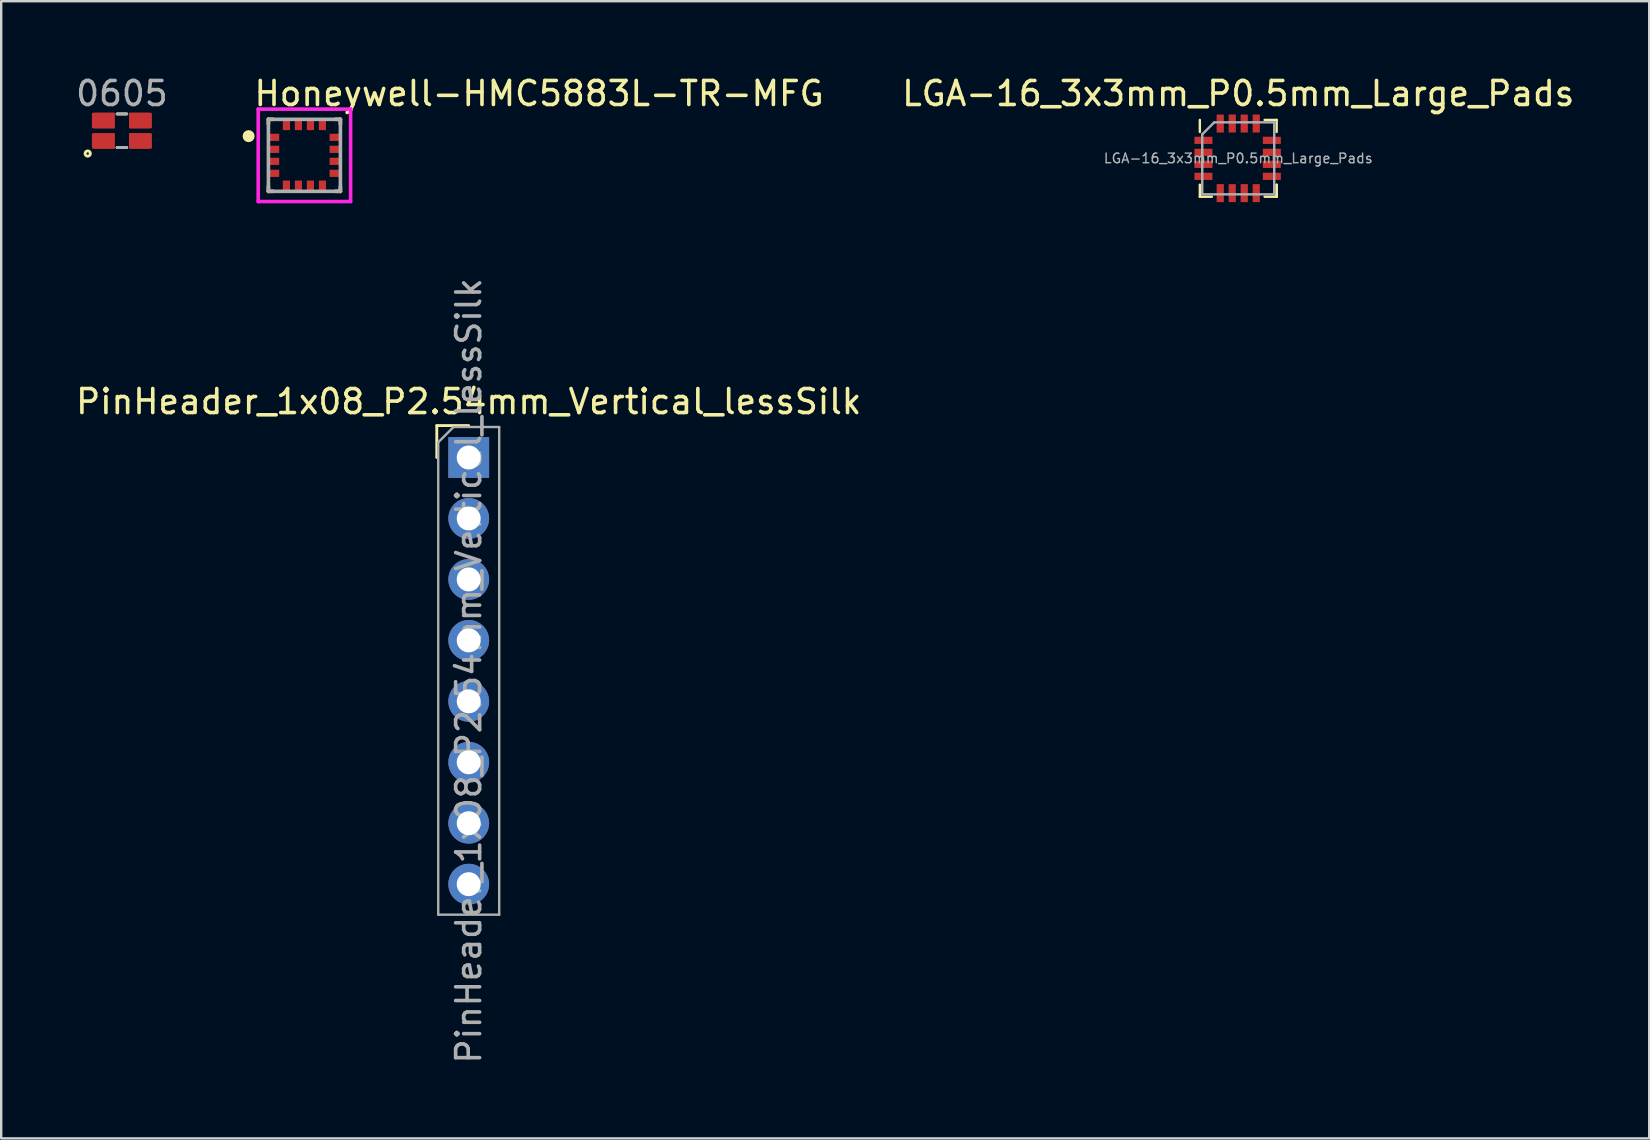
<source format=kicad_pcb>
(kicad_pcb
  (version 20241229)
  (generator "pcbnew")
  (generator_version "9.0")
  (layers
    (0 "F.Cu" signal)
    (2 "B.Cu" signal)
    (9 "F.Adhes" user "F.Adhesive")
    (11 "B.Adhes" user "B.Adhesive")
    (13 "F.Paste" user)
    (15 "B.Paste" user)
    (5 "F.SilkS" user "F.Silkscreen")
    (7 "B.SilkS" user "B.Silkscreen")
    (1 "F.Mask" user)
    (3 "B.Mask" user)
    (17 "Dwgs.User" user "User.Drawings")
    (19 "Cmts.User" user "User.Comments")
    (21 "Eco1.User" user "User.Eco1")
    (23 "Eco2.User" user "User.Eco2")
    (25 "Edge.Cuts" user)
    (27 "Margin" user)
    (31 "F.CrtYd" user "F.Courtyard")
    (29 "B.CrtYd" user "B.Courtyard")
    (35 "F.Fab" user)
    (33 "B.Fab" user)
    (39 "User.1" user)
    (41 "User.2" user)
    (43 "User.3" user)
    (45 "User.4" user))
  (footprint "LGA-16_3x3mm_P0.5mm_Large_Pads"
    (layer "F.Cu")
    (at 48.549 3.548)
    (property "Reference" "LGA-16_3x3mm_P0.5mm_Large_Pads" (at 0 -2.7 180) (layer "F.SilkS") (effects (font (size 1 1) (thickness 0.15))))
    (attr smd)
    (fp_line (start -1.6 -1.6) (end -1.6 -1.1) (stroke (width 0.1) (type solid)) (layer "F.SilkS"))
    (fp_line (start -1.6 1.6) (end -1.6 1.1) (stroke (width 0.1) (type solid)) (layer "F.SilkS"))
    (fp_line (start -1.6 1.6) (end -1.1 1.6) (stroke (width 0.1) (type solid)) (layer "F.SilkS"))
    (fp_line (start 1.1 -1.6) (end 1.6 -1.6) (stroke (width 0.1) (type solid)) (layer "F.SilkS"))
    (fp_line (start 1.6 -1.6) (end 1.6 -1.1) (stroke (width 0.1) (type solid)) (layer "F.SilkS"))
    (fp_line (start 1.6 1.1) (end 1.6 1.6) (stroke (width 0.1) (type solid)) (layer "F.SilkS"))
    (fp_line (start 1.6 1.6) (end 1.1 1.6) (stroke (width 0.1) (type solid)) (layer "F.SilkS"))
    (fp_line (start 1.6 1.6) (end 1.6 1.1) (stroke (width 0.1) (type solid)) (layer "F.SilkS"))
    (fp_line (start -1.5 -1) (end -1 -1.5) (stroke (width 0.1) (type solid)) (layer "F.Fab"))
    (fp_line (start -1.5 1.5) (end -1.5 -1) (stroke (width 0.1) (type solid)) (layer "F.Fab"))
    (fp_line (start -1 -1.5) (end 1.5 -1.5) (stroke (width 0.1) (type solid)) (layer "F.Fab"))
    (fp_line (start 1.5 -1.5) (end 1.5 1.5) (stroke (width 0.1) (type solid)) (layer "F.Fab"))
    (fp_line (start 1.5 1.5) (end -1.5 1.5) (stroke (width 0.1) (type solid)) (layer "F.Fab"))
    (fp_text user "${REFERENCE}" (at 0 0 180) (layer "F.Fab") (effects (font (size 0.4 0.4) (thickness 0.06))))
    (pad "1" smd rect (at -1.45 -0.75 90) (size 0.3 0.75) (layers "F.Cu" "F.Mask" "F.Paste"))
    (pad "2" smd rect (at -1.45 -0.25 90) (size 0.3 0.75) (layers "F.Cu" "F.Mask" "F.Paste"))
    (pad "3" smd rect (at -1.45 0.25 90) (size 0.3 0.75) (layers "F.Cu" "F.Mask" "F.Paste"))
    (pad "4" smd rect (at -1.45 0.75 90) (size 0.3 0.75) (layers "F.Cu" "F.Mask" "F.Paste"))
    (pad "5" smd rect (at -0.75 1.45) (size 0.3 0.75) (layers "F.Cu" "F.Mask" "F.Paste"))
    (pad "6" smd rect (at -0.25 1.45) (size 0.3 0.75) (layers "F.Cu" "F.Mask" "F.Paste"))
    (pad "7" smd rect (at 0.25 1.45) (size 0.3 0.75) (layers "F.Cu" "F.Mask" "F.Paste"))
    (pad "8" smd rect (at 0.75 1.45) (size 0.3 0.75) (layers "F.Cu" "F.Mask" "F.Paste"))
    (pad "9" smd rect (at 1.4 0.75 90) (size 0.3 0.75) (layers "F.Cu" "F.Mask" "F.Paste"))
    (pad "10" smd rect (at 1.4 0.25 90) (size 0.3 0.75) (layers "F.Cu" "F.Mask" "F.Paste"))
    (pad "11" smd rect (at 1.4 -0.25 90) (size 0.3 0.75) (layers "F.Cu" "F.Mask" "F.Paste"))
    (pad "12" smd rect (at 1.4 -0.75 90) (size 0.3 0.75) (layers "F.Cu" "F.Mask" "F.Paste"))
    (pad "13" smd rect (at 0.75 -1.45) (size 0.3 0.75) (layers "F.Cu" "F.Mask" "F.Paste"))
    (pad "14" smd rect (at 0.25 -1.45) (size 0.3 0.75) (layers "F.Cu" "F.Mask" "F.Paste"))
    (pad "15" smd rect (at -0.25 -1.45) (size 0.3 0.75) (layers "F.Cu" "F.Mask" "F.Paste"))
    (pad "16" smd rect (at -0.75 -1.45) (size 0.3 0.75) (layers "F.Cu" "F.Mask" "F.Paste")))
  (footprint "Honeywell-HMC5883L-TR-MFG"
    (layer "F.Cu")
    (at 9.635 3.423)
    (property "Reference" "Honeywell-HMC5883L-TR-MFG" (at -2.175 -2.575 0) (layer "F.SilkS") (effects (font (size 1 1) (thickness 0.15)) (justify left)))
    (attr through_hole)
    (fp_line (start -1.5 -1.5) (end -1.5 -1.3) (stroke (width 0.15) (type solid)) (layer "F.SilkS"))
    (fp_line (start -1.5 -1.5) (end -1.3 -1.5) (stroke (width 0.15) (type solid)) (layer "F.SilkS"))
    (fp_line (start -1.5 1.5) (end -1.5 1.3) (stroke (width 0.15) (type solid)) (layer "F.SilkS"))
    (fp_line (start -1.5 1.5) (end -1.3 1.5) (stroke (width 0.15) (type solid)) (layer "F.SilkS"))
    (fp_line (start 1.5 -1.5) (end 1.3 -1.5) (stroke (width 0.15) (type solid)) (layer "F.SilkS"))
    (fp_line (start 1.5 -1.5) (end 1.5 -1.3) (stroke (width 0.15) (type solid)) (layer "F.SilkS"))
    (fp_line (start 1.5 1.5) (end 1.3 1.5) (stroke (width 0.15) (type solid)) (layer "F.SilkS"))
    (fp_line (start 1.5 1.5) (end 1.5 1.3) (stroke (width 0.15) (type solid)) (layer "F.SilkS"))
    (fp_circle (center -2.325 -0.8) (end -2.2 -0.8) (stroke (width 0.25) (type solid)) (fill no) (layer "F.SilkS"))
    (fp_line (start -1.925 -1.925) (end -1.925 1.925) (stroke (width 0.15) (type solid)) (layer "F.CrtYd"))
    (fp_line (start -1.925 1.925) (end 1.925 1.925) (stroke (width 0.15) (type solid)) (layer "F.CrtYd"))
    (fp_line (start 1.925 -1.925) (end -1.925 -1.925) (stroke (width 0.15) (type solid)) (layer "F.CrtYd"))
    (fp_line (start 1.925 -1.925) (end 1.925 -1.925) (stroke (width 0.15) (type solid)) (layer "F.CrtYd"))
    (fp_line (start 1.925 1.925) (end 1.925 -1.925) (stroke (width 0.15) (type solid)) (layer "F.CrtYd"))
    (fp_line (start -1.5 -1.5) (end 1.5 -1.5) (stroke (width 0.15) (type solid)) (layer "F.Fab"))
    (fp_line (start -1.5 1.5) (end -1.5 -1.5) (stroke (width 0.15) (type solid)) (layer "F.Fab"))
    (fp_line (start 1.5 -1.5) (end 1.5 1.5) (stroke (width 0.15) (type solid)) (layer "F.Fab"))
    (fp_line (start 1.5 1.5) (end -1.5 1.5) (stroke (width 0.15) (type solid)) (layer "F.Fab"))
    (pad "1" smd rect (at -1.275 -0.75) (size 0.45 0.3) (layers "F.Cu" "F.Mask" "F.Paste"))
    (pad "2" smd rect (at -1.275 -0.25) (size 0.45 0.3) (layers "F.Cu" "F.Mask" "F.Paste"))
    (pad "3" smd rect (at -1.275 0.25) (size 0.45 0.3) (layers "F.Cu" "F.Mask" "F.Paste"))
    (pad "4" smd rect (at -1.275 0.75) (size 0.45 0.3) (layers "F.Cu" "F.Mask" "F.Paste"))
    (pad "5" smd rect (at -0.75 1.275 270) (size 0.45 0.3) (layers "F.Cu" "F.Mask" "F.Paste"))
    (pad "6" smd rect (at -0.25 1.275 270) (size 0.45 0.3) (layers "F.Cu" "F.Mask" "F.Paste"))
    (pad "7" smd rect (at 0.25 1.275 270) (size 0.45 0.3) (layers "F.Cu" "F.Mask" "F.Paste"))
    (pad "8" smd rect (at 0.75 1.275 270) (size 0.45 0.3) (layers "F.Cu" "F.Mask" "F.Paste"))
    (pad "9" smd rect (at 1.275 0.75) (size 0.45 0.3) (layers "F.Cu" "F.Mask" "F.Paste"))
    (pad "10" smd rect (at 1.275 0.25) (size 0.45 0.3) (layers "F.Cu" "F.Mask" "F.Paste"))
    (pad "11" smd rect (at 1.275 -0.25) (size 0.45 0.3) (layers "F.Cu" "F.Mask" "F.Paste"))
    (pad "12" smd rect (at 1.275 -0.75) (size 0.45 0.3) (layers "F.Cu" "F.Mask" "F.Paste"))
    (pad "13" smd rect (at 0.75 -1.275 270) (size 0.45 0.3) (layers "F.Cu" "F.Mask" "F.Paste"))
    (pad "14" smd rect (at 0.25 -1.275 270) (size 0.45 0.3) (layers "F.Cu" "F.Mask" "F.Paste"))
    (pad "15" smd rect (at -0.25 -1.275 270) (size 0.45 0.3) (layers "F.Cu" "F.Mask" "F.Paste"))
    (pad "16" smd rect (at -0.75 -1.275 270) (size 0.45 0.3) (layers "F.Cu" "F.Mask" "F.Paste")))
  (footprint "PinHeader_1x08_P2.54mm_Vertical_lessSilk"
    (layer "F.Cu")
    (at 16.482 16.015)
    (property "Reference" "PinHeader_1x08_P2.54mm_Vertical_lessSilk" (at 0 -2.33 180) (layer "F.SilkS") (effects (font (size 1 1) (thickness 0.15))))
    (attr through_hole)
    (fp_line (start -1.33 -1.33) (end 0 -1.33) (stroke (width 0.12) (type solid)) (layer "F.SilkS"))
    (fp_line (start -1.33 0) (end -1.33 -1.33) (stroke (width 0.12) (type solid)) (layer "F.SilkS"))
    (fp_line (start -1.27 -0.635) (end -0.635 -1.27) (stroke (width 0.1) (type solid)) (layer "F.Fab"))
    (fp_line (start -1.27 19.05) (end -1.27 -0.635) (stroke (width 0.1) (type solid)) (layer "F.Fab"))
    (fp_line (start -0.635 -1.27) (end 1.27 -1.27) (stroke (width 0.1) (type solid)) (layer "F.Fab"))
    (fp_line (start 1.27 -1.27) (end 1.27 19.05) (stroke (width 0.1) (type solid)) (layer "F.Fab"))
    (fp_line (start 1.27 19.05) (end -1.27 19.05) (stroke (width 0.1) (type solid)) (layer "F.Fab"))
    (fp_text user "${REFERENCE}" (at 0 8.89 90) (layer "F.Fab") (effects (font (size 1 1) (thickness 0.15))))
    (pad "1" thru_hole rect (at 0 0) (size 1.7 1.7) (drill 1) (layers "*.Cu" "*.Mask"))
    (pad "2" thru_hole oval (at 0 2.54) (size 1.7 1.7) (drill 1) (layers "*.Cu" "*.Mask"))
    (pad "3" thru_hole oval (at 0 5.08) (size 1.7 1.7) (drill 1) (layers "*.Cu" "*.Mask"))
    (pad "4" thru_hole oval (at 0 7.62) (size 1.7 1.7) (drill 1) (layers "*.Cu" "*.Mask"))
    (pad "5" thru_hole oval (at 0 10.16) (size 1.7 1.7) (drill 1) (layers "*.Cu" "*.Mask"))
    (pad "6" thru_hole oval (at 0 12.7) (size 1.7 1.7) (drill 1) (layers "*.Cu" "*.Mask"))
    (pad "7" thru_hole oval (at 0 15.24) (size 1.7 1.7) (drill 1) (layers "*.Cu" "*.Mask"))
    (pad "8" thru_hole oval (at 0 17.78) (size 1.7 1.7) (drill 1) (layers "*.Cu" "*.Mask")))
  (footprint "0605"
    (layer "F.Cu")
    (at 2.03 2.398)
    (property "Reference" "0605" (at 0 -1.55 0) (unlocked yes) (layer "F.Fab") (effects (font (size 1 1) (thickness 0.15))))
    (attr smd)
    (fp_rect (start -0.35 -0.15) (end -1.2 -0.7) (stroke (width 0.1) (type solid)) (fill yes) (layer "F.Cu"))
    (fp_rect (start -0.35 0.7) (end -1.2 0.15) (stroke (width 0.1) (type solid)) (fill yes) (layer "F.Cu"))
    (fp_rect (start 1.2 -0.15) (end 0.35 -0.7) (stroke (width 0.1) (type solid)) (fill yes) (layer "F.Cu"))
    (fp_rect (start 1.2 0.7) (end 0.35 0.15) (stroke (width 0.1) (type solid)) (fill yes) (layer "F.Cu"))
    (fp_line (start -0.2 -0.7) (end 0.2 -0.7) (stroke (width 0.12) (type solid)) (layer "F.SilkS"))
    (fp_line (start -0.2 0.7) (end 0.2 0.7) (stroke (width 0.12) (type solid)) (layer "F.SilkS"))
    (fp_circle (center -1.425 0.95) (end -1.375 0.95) (stroke (width 0.12) (type solid)) (fill no) (layer "F.SilkS"))
    (fp_line (start -0.2 -0.7) (end 0.2 -0.7) (stroke (width 0.12) (type solid)) (layer "F.Fab"))
    (fp_line (start -0.2 0.7) (end 0.2 0.7) (stroke (width 0.12) (type solid)) (layer "F.Fab"))
    (pad "1" smd rect (at -0.725 0.425) (size 0.85 0.65) (layers "F.Cu" "F.Mask" "F.Paste"))
    (pad "2" smd rect (at -0.725 -0.425) (size 0.85 0.65) (layers "F.Cu" "F.Mask" "F.Paste"))
    (pad "3" smd rect (at 0.725 -0.425) (size 0.85 0.65) (layers "F.Cu" "F.Mask" "F.Paste"))
    (pad "4" smd rect (at 0.725 0.425) (size 0.85 0.65) (layers "F.Cu" "F.Mask" "F.Paste")))
  (gr_rect
    (start -3 -3)
    (end 65.674 44.388)
    (stroke (width 0.1) (type default))
    (fill no)
    (layer "Edge.Cuts")))
</source>
